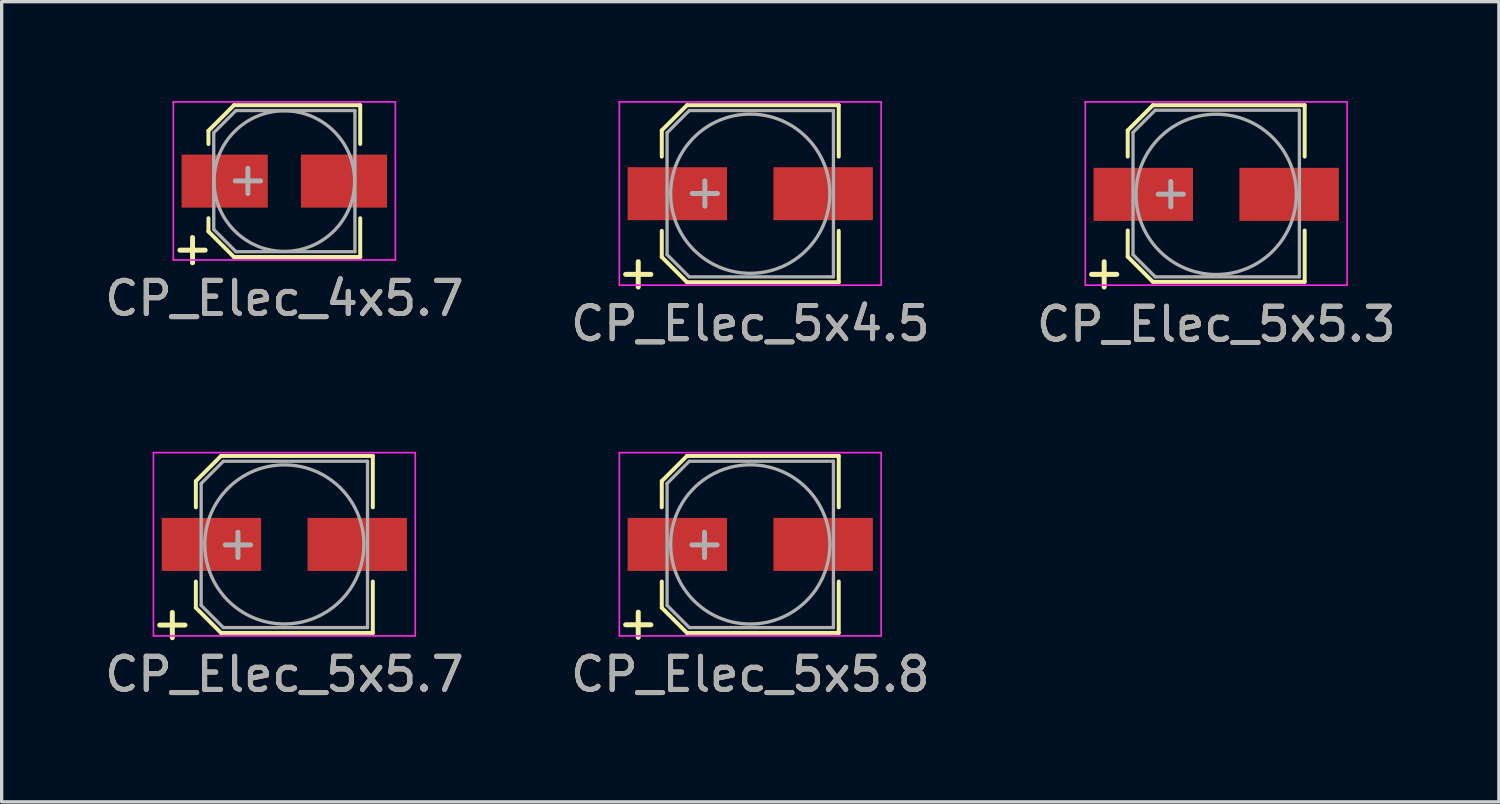
<source format=kicad_pcb>
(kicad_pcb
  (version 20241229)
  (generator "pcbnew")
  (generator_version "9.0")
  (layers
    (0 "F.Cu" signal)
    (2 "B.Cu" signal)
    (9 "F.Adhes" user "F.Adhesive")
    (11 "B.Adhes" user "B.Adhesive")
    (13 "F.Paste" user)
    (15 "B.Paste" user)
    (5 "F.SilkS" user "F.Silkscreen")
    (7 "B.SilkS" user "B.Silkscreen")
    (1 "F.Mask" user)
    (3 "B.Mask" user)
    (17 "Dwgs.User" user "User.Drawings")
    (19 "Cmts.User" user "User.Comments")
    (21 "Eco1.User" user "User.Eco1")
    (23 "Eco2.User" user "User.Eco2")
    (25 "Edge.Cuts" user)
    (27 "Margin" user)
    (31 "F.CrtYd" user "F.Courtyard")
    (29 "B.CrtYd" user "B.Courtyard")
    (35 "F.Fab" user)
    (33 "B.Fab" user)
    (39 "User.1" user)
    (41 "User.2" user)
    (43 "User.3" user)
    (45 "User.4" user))
  (footprint "CP_Elec_5x5.8"
    (layer "F.Cu")
    (at 19.589 13.378)
    (property "Reference" "CP_Elec_5x5.8" (at 0 3.92 0) (layer "F.SilkS") (effects (font (size 1 1) (thickness 0.15))))
    (attr smd)
    (fp_line (start -2.67 -1.91) (end -2.67 -1.12) (stroke (width 0.12) (type solid)) (layer "F.SilkS"))
    (fp_line (start -2.67 1.91) (end -2.67 1.12) (stroke (width 0.12) (type solid)) (layer "F.SilkS"))
    (fp_line (start -2.67 1.91) (end -1.91 2.67) (stroke (width 0.12) (type solid)) (layer "F.SilkS"))
    (fp_line (start -1.91 -2.67) (end -2.67 -1.91) (stroke (width 0.12) (type solid)) (layer "F.SilkS"))
    (fp_line (start -1.91 2.67) (end 2.67 2.67) (stroke (width 0.12) (type solid)) (layer "F.SilkS"))
    (fp_line (start 2.67 -2.67) (end -1.91 -2.67) (stroke (width 0.12) (type solid)) (layer "F.SilkS"))
    (fp_line (start 2.67 -2.67) (end 2.67 -1.12) (stroke (width 0.12) (type solid)) (layer "F.SilkS"))
    (fp_line (start 2.67 2.67) (end 2.67 1.12) (stroke (width 0.12) (type solid)) (layer "F.SilkS"))
    (fp_line (start -3.95 -2.77) (end -3.95 2.76) (stroke (width 0.05) (type solid)) (layer "F.CrtYd"))
    (fp_line (start -3.95 -2.77) (end 3.95 -2.77) (stroke (width 0.05) (type solid)) (layer "F.CrtYd"))
    (fp_line (start 3.95 2.76) (end -3.95 2.76) (stroke (width 0.05) (type solid)) (layer "F.CrtYd"))
    (fp_line (start 3.95 2.76) (end 3.95 -2.77) (stroke (width 0.05) (type solid)) (layer "F.CrtYd"))
    (fp_line (start -2.51 -1.84) (end -2.51 1.84) (stroke (width 0.1) (type solid)) (layer "F.Fab"))
    (fp_line (start -2.51 1.84) (end -1.84 2.51) (stroke (width 0.1) (type solid)) (layer "F.Fab"))
    (fp_line (start -1.84 -2.51) (end -2.51 -1.84) (stroke (width 0.1) (type solid)) (layer "F.Fab"))
    (fp_line (start -1.84 2.51) (end 2.51 2.51) (stroke (width 0.1) (type solid)) (layer "F.Fab"))
    (fp_line (start 2.51 -2.51) (end -1.84 -2.51) (stroke (width 0.1) (type solid)) (layer "F.Fab"))
    (fp_line (start 2.51 2.51) (end 2.51 -2.51) (stroke (width 0.1) (type solid)) (layer "F.Fab"))
    (fp_circle (center 0 0) (end 0.1 2.4) (stroke (width 0.1) (type solid)) (fill no) (layer "F.Fab"))
    (fp_text user "+" (at -3.38 2.35 0) (layer "F.SilkS") (effects (font (size 1 1) (thickness 0.15))))
    (fp_text user "${REFERENCE}" (at 0 3.92 0) (layer "F.Fab") (effects (font (size 1 1) (thickness 0.15))))
    (fp_text user "+" (at -1.38 -0.06 0) (layer "F.Fab") (effects (font (size 1 1) (thickness 0.15))))
    (pad "1" smd rect (at -2.2 0 180) (size 3 1.6) (layers "F.Cu" "F.Mask" "F.Paste"))
    (pad "2" smd rect (at 2.2 0 180) (size 3 1.6) (layers "F.Cu" "F.Mask" "F.Paste")))
  (footprint "CP_Elec_5x5.3"
    (layer "F.Cu")
    (at 33.649 2.815)
    (property "Reference" "CP_Elec_5x5.3" (at 0 3.92 0) (layer "F.SilkS") (effects (font (size 1 1) (thickness 0.15))))
    (attr smd)
    (fp_line (start -2.67 -1.93) (end -2.67 -1.14) (stroke (width 0.12) (type solid)) (layer "F.SilkS"))
    (fp_line (start -2.67 1.88) (end -2.67 1.09) (stroke (width 0.12) (type solid)) (layer "F.SilkS"))
    (fp_line (start -2.67 1.88) (end -1.91 2.64) (stroke (width 0.12) (type solid)) (layer "F.SilkS"))
    (fp_line (start -1.91 -2.69) (end -2.67 -1.93) (stroke (width 0.12) (type solid)) (layer "F.SilkS"))
    (fp_line (start -1.91 2.64) (end 2.67 2.64) (stroke (width 0.12) (type solid)) (layer "F.SilkS"))
    (fp_line (start 2.67 -2.69) (end -1.91 -2.69) (stroke (width 0.12) (type solid)) (layer "F.SilkS"))
    (fp_line (start 2.67 -2.69) (end 2.67 -1.14) (stroke (width 0.12) (type solid)) (layer "F.SilkS"))
    (fp_line (start 2.67 2.64) (end 2.67 1.09) (stroke (width 0.12) (type solid)) (layer "F.SilkS"))
    (fp_line (start -3.95 -2.79) (end -3.95 2.74) (stroke (width 0.05) (type solid)) (layer "F.CrtYd"))
    (fp_line (start -3.95 -2.79) (end 3.95 -2.79) (stroke (width 0.05) (type solid)) (layer "F.CrtYd"))
    (fp_line (start 3.95 2.74) (end -3.95 2.74) (stroke (width 0.05) (type solid)) (layer "F.CrtYd"))
    (fp_line (start 3.95 2.74) (end 3.95 -2.79) (stroke (width 0.05) (type solid)) (layer "F.CrtYd"))
    (fp_line (start -2.51 -1.87) (end -2.51 1.82) (stroke (width 0.1) (type solid)) (layer "F.Fab"))
    (fp_line (start -2.51 1.82) (end -1.84 2.49) (stroke (width 0.1) (type solid)) (layer "F.Fab"))
    (fp_line (start -1.84 -2.54) (end -2.51 -1.87) (stroke (width 0.1) (type solid)) (layer "F.Fab"))
    (fp_line (start -1.84 2.49) (end 2.51 2.49) (stroke (width 0.1) (type solid)) (layer "F.Fab"))
    (fp_line (start 2.51 -2.54) (end -1.84 -2.54) (stroke (width 0.1) (type solid)) (layer "F.Fab"))
    (fp_line (start 2.51 2.49) (end 2.51 -2.54) (stroke (width 0.1) (type solid)) (layer "F.Fab"))
    (fp_circle (center 0 0) (end 0.3 2.4) (stroke (width 0.1) (type solid)) (fill no) (layer "F.Fab"))
    (fp_text user "+" (at -3.38 2.34 0) (layer "F.SilkS") (effects (font (size 1 1) (thickness 0.15))))
    (fp_text user "+" (at -1.37 -0.08 0) (layer "F.Fab") (effects (font (size 1 1) (thickness 0.15))))
    (fp_text user "${REFERENCE}" (at 0 3.92 0) (layer "F.Fab") (effects (font (size 1 1) (thickness 0.15))))
    (pad "1" smd rect (at -2.2 0 180) (size 3 1.6) (layers "F.Cu" "F.Mask" "F.Paste"))
    (pad "2" smd rect (at 2.2 0 180) (size 3 1.6) (layers "F.Cu" "F.Mask" "F.Paste")))
  (footprint "CP_Elec_5x5.7"
    (layer "F.Cu")
    (at 5.53 13.378)
    (property "Reference" "CP_Elec_5x5.7" (at 0 3.92 0) (layer "F.SilkS") (effects (font (size 1 1) (thickness 0.15))))
    (attr smd)
    (fp_line (start -2.67 -1.91) (end -2.67 -1.12) (stroke (width 0.12) (type solid)) (layer "F.SilkS"))
    (fp_line (start -2.67 1.91) (end -2.67 1.12) (stroke (width 0.12) (type solid)) (layer "F.SilkS"))
    (fp_line (start -2.67 1.91) (end -1.91 2.67) (stroke (width 0.12) (type solid)) (layer "F.SilkS"))
    (fp_line (start -1.91 -2.67) (end -2.67 -1.91) (stroke (width 0.12) (type solid)) (layer "F.SilkS"))
    (fp_line (start -1.91 2.67) (end 2.67 2.67) (stroke (width 0.12) (type solid)) (layer "F.SilkS"))
    (fp_line (start 2.67 -2.67) (end -1.91 -2.67) (stroke (width 0.12) (type solid)) (layer "F.SilkS"))
    (fp_line (start 2.67 -2.67) (end 2.67 -1.12) (stroke (width 0.12) (type solid)) (layer "F.SilkS"))
    (fp_line (start 2.67 2.67) (end 2.67 1.12) (stroke (width 0.12) (type solid)) (layer "F.SilkS"))
    (fp_line (start -3.95 -2.77) (end -3.95 2.76) (stroke (width 0.05) (type solid)) (layer "F.CrtYd"))
    (fp_line (start -3.95 -2.77) (end 3.95 -2.77) (stroke (width 0.05) (type solid)) (layer "F.CrtYd"))
    (fp_line (start 3.95 2.76) (end -3.95 2.76) (stroke (width 0.05) (type solid)) (layer "F.CrtYd"))
    (fp_line (start 3.95 2.76) (end 3.95 -2.77) (stroke (width 0.05) (type solid)) (layer "F.CrtYd"))
    (fp_line (start -2.51 -1.84) (end -2.51 1.84) (stroke (width 0.1) (type solid)) (layer "F.Fab"))
    (fp_line (start -2.51 1.84) (end -1.84 2.51) (stroke (width 0.1) (type solid)) (layer "F.Fab"))
    (fp_line (start -1.84 -2.51) (end -2.51 -1.84) (stroke (width 0.1) (type solid)) (layer "F.Fab"))
    (fp_line (start -1.84 2.51) (end 2.51 2.51) (stroke (width 0.1) (type solid)) (layer "F.Fab"))
    (fp_line (start 2.51 -2.51) (end -1.84 -2.51) (stroke (width 0.1) (type solid)) (layer "F.Fab"))
    (fp_line (start 2.51 2.51) (end 2.51 -2.51) (stroke (width 0.1) (type solid)) (layer "F.Fab"))
    (fp_circle (center 0 0) (end 0 2.4) (stroke (width 0.1) (type solid)) (fill no) (layer "F.Fab"))
    (fp_text user "+" (at -3.38 2.36 0) (layer "F.SilkS") (effects (font (size 1 1) (thickness 0.15))))
    (fp_text user "${REFERENCE}" (at 0 3.92 0) (layer "F.Fab") (effects (font (size 1 1) (thickness 0.15))))
    (fp_text user "+" (at -1.4 -0.06 0) (layer "F.Fab") (effects (font (size 1 1) (thickness 0.15))))
    (pad "1" smd rect (at -2.2 0 180) (size 3 1.6) (layers "F.Cu" "F.Mask" "F.Paste"))
    (pad "2" smd rect (at 2.2 0 180) (size 3 1.6) (layers "F.Cu" "F.Mask" "F.Paste")))
  (footprint "CP_Elec_4x5.7"
    (layer "F.Cu")
    (at 5.53 2.415)
    (property "Reference" "CP_Elec_4x5.7" (at 0 3.54 0) (layer "F.SilkS") (effects (font (size 1 1) (thickness 0.15))))
    (attr smd)
    (fp_line (start -2.29 -1.52) (end -2.29 -1.12) (stroke (width 0.12) (type solid)) (layer "F.SilkS"))
    (fp_line (start -2.29 1.52) (end -2.29 1.12) (stroke (width 0.12) (type solid)) (layer "F.SilkS"))
    (fp_line (start -1.52 -2.29) (end -2.29 -1.52) (stroke (width 0.12) (type solid)) (layer "F.SilkS"))
    (fp_line (start -1.52 -2.29) (end 2.29 -2.29) (stroke (width 0.12) (type solid)) (layer "F.SilkS"))
    (fp_line (start -1.52 2.29) (end -2.29 1.52) (stroke (width 0.12) (type solid)) (layer "F.SilkS"))
    (fp_line (start -1.52 2.29) (end 2.29 2.29) (stroke (width 0.12) (type solid)) (layer "F.SilkS"))
    (fp_line (start 2.29 -2.29) (end 2.29 -1.12) (stroke (width 0.12) (type solid)) (layer "F.SilkS"))
    (fp_line (start 2.29 2.29) (end 2.29 1.12) (stroke (width 0.12) (type solid)) (layer "F.SilkS"))
    (fp_line (start -3.35 -2.39) (end -3.35 2.38) (stroke (width 0.05) (type solid)) (layer "F.CrtYd"))
    (fp_line (start -3.35 -2.39) (end 3.35 -2.39) (stroke (width 0.05) (type solid)) (layer "F.CrtYd"))
    (fp_line (start 3.35 2.38) (end -3.35 2.38) (stroke (width 0.05) (type solid)) (layer "F.CrtYd"))
    (fp_line (start 3.35 2.38) (end 3.35 -2.39) (stroke (width 0.05) (type solid)) (layer "F.CrtYd"))
    (fp_line (start -2.13 -1.46) (end -2.13 1.46) (stroke (width 0.1) (type solid)) (layer "F.Fab"))
    (fp_line (start -2.13 1.46) (end -1.46 2.13) (stroke (width 0.1) (type solid)) (layer "F.Fab"))
    (fp_line (start -1.46 -2.13) (end -2.13 -1.46) (stroke (width 0.1) (type solid)) (layer "F.Fab"))
    (fp_line (start -1.46 2.13) (end 2.13 2.13) (stroke (width 0.1) (type solid)) (layer "F.Fab"))
    (fp_line (start 2.13 -2.13) (end -1.46 -2.13) (stroke (width 0.1) (type solid)) (layer "F.Fab"))
    (fp_line (start 2.13 2.13) (end 2.13 -2.13) (stroke (width 0.1) (type solid)) (layer "F.Fab"))
    (fp_circle (center 0 0) (end 0.3 2.1) (stroke (width 0.1) (type solid)) (fill no) (layer "F.Fab"))
    (fp_text user "+" (at -2.77 2.01 0) (layer "F.SilkS") (effects (font (size 1 1) (thickness 0.15))))
    (fp_text user "${REFERENCE}" (at 0 3.54 0) (layer "F.Fab") (effects (font (size 1 1) (thickness 0.15))))
    (fp_text user "+" (at -1.1 -0.08 0) (layer "F.Fab") (effects (font (size 1 1) (thickness 0.15))))
    (pad "1" smd rect (at -1.8 0 180) (size 2.6 1.6) (layers "F.Cu" "F.Mask" "F.Paste"))
    (pad "2" smd rect (at 1.8 0 180) (size 2.6 1.6) (layers "F.Cu" "F.Mask" "F.Paste")))
  (footprint "CP_Elec_5x4.5"
    (layer "F.Cu")
    (at 19.589 2.795)
    (property "Reference" "CP_Elec_5x4.5" (at 0 3.92 0) (layer "F.SilkS") (effects (font (size 1 1) (thickness 0.15))))
    (attr smd)
    (fp_line (start -2.67 -1.91) (end -2.67 -1.12) (stroke (width 0.12) (type solid)) (layer "F.SilkS"))
    (fp_line (start -2.67 1.91) (end -2.67 1.12) (stroke (width 0.12) (type solid)) (layer "F.SilkS"))
    (fp_line (start -2.67 1.91) (end -1.91 2.67) (stroke (width 0.12) (type solid)) (layer "F.SilkS"))
    (fp_line (start -1.91 -2.67) (end -2.67 -1.91) (stroke (width 0.12) (type solid)) (layer "F.SilkS"))
    (fp_line (start -1.91 2.67) (end 2.67 2.67) (stroke (width 0.12) (type solid)) (layer "F.SilkS"))
    (fp_line (start 2.67 -2.67) (end -1.91 -2.67) (stroke (width 0.12) (type solid)) (layer "F.SilkS"))
    (fp_line (start 2.67 -2.67) (end 2.67 -1.12) (stroke (width 0.12) (type solid)) (layer "F.SilkS"))
    (fp_line (start 2.67 2.67) (end 2.67 1.12) (stroke (width 0.12) (type solid)) (layer "F.SilkS"))
    (fp_line (start -3.95 -2.77) (end -3.95 2.76) (stroke (width 0.05) (type solid)) (layer "F.CrtYd"))
    (fp_line (start -3.95 -2.77) (end 3.95 -2.77) (stroke (width 0.05) (type solid)) (layer "F.CrtYd"))
    (fp_line (start 3.95 2.76) (end -3.95 2.76) (stroke (width 0.05) (type solid)) (layer "F.CrtYd"))
    (fp_line (start 3.95 2.76) (end 3.95 -2.77) (stroke (width 0.05) (type solid)) (layer "F.CrtYd"))
    (fp_line (start -2.51 -1.84) (end -2.51 1.84) (stroke (width 0.1) (type solid)) (layer "F.Fab"))
    (fp_line (start -2.51 1.84) (end -1.84 2.51) (stroke (width 0.1) (type solid)) (layer "F.Fab"))
    (fp_line (start -1.84 -2.51) (end -2.51 -1.84) (stroke (width 0.1) (type solid)) (layer "F.Fab"))
    (fp_line (start -1.84 2.51) (end 2.51 2.51) (stroke (width 0.1) (type solid)) (layer "F.Fab"))
    (fp_line (start 2.51 -2.51) (end -1.84 -2.51) (stroke (width 0.1) (type solid)) (layer "F.Fab"))
    (fp_line (start 2.51 2.51) (end 2.51 -2.51) (stroke (width 0.1) (type solid)) (layer "F.Fab"))
    (fp_circle (center 0 0) (end 0.1 2.4) (stroke (width 0.1) (type solid)) (fill no) (layer "F.Fab"))
    (fp_text user "+" (at -3.38 2.36 0) (layer "F.SilkS") (effects (font (size 1 1) (thickness 0.15))))
    (fp_text user "+" (at -1.37 -0.08 0) (layer "F.Fab") (effects (font (size 1 1) (thickness 0.15))))
    (fp_text user "${REFERENCE}" (at 0 3.92 0) (layer "F.Fab") (effects (font (size 1 1) (thickness 0.15))))
    (pad "1" smd rect (at -2.2 0 180) (size 3 1.6) (layers "F.Cu" "F.Mask" "F.Paste"))
    (pad "2" smd rect (at 2.2 0 180) (size 3 1.6) (layers "F.Cu" "F.Mask" "F.Paste")))
  (gr_rect
    (start -3 -3)
    (end 42.179 21.146)
    (stroke (width 0.1) (type default))
    (fill no)
    (layer "Edge.Cuts")))
</source>
